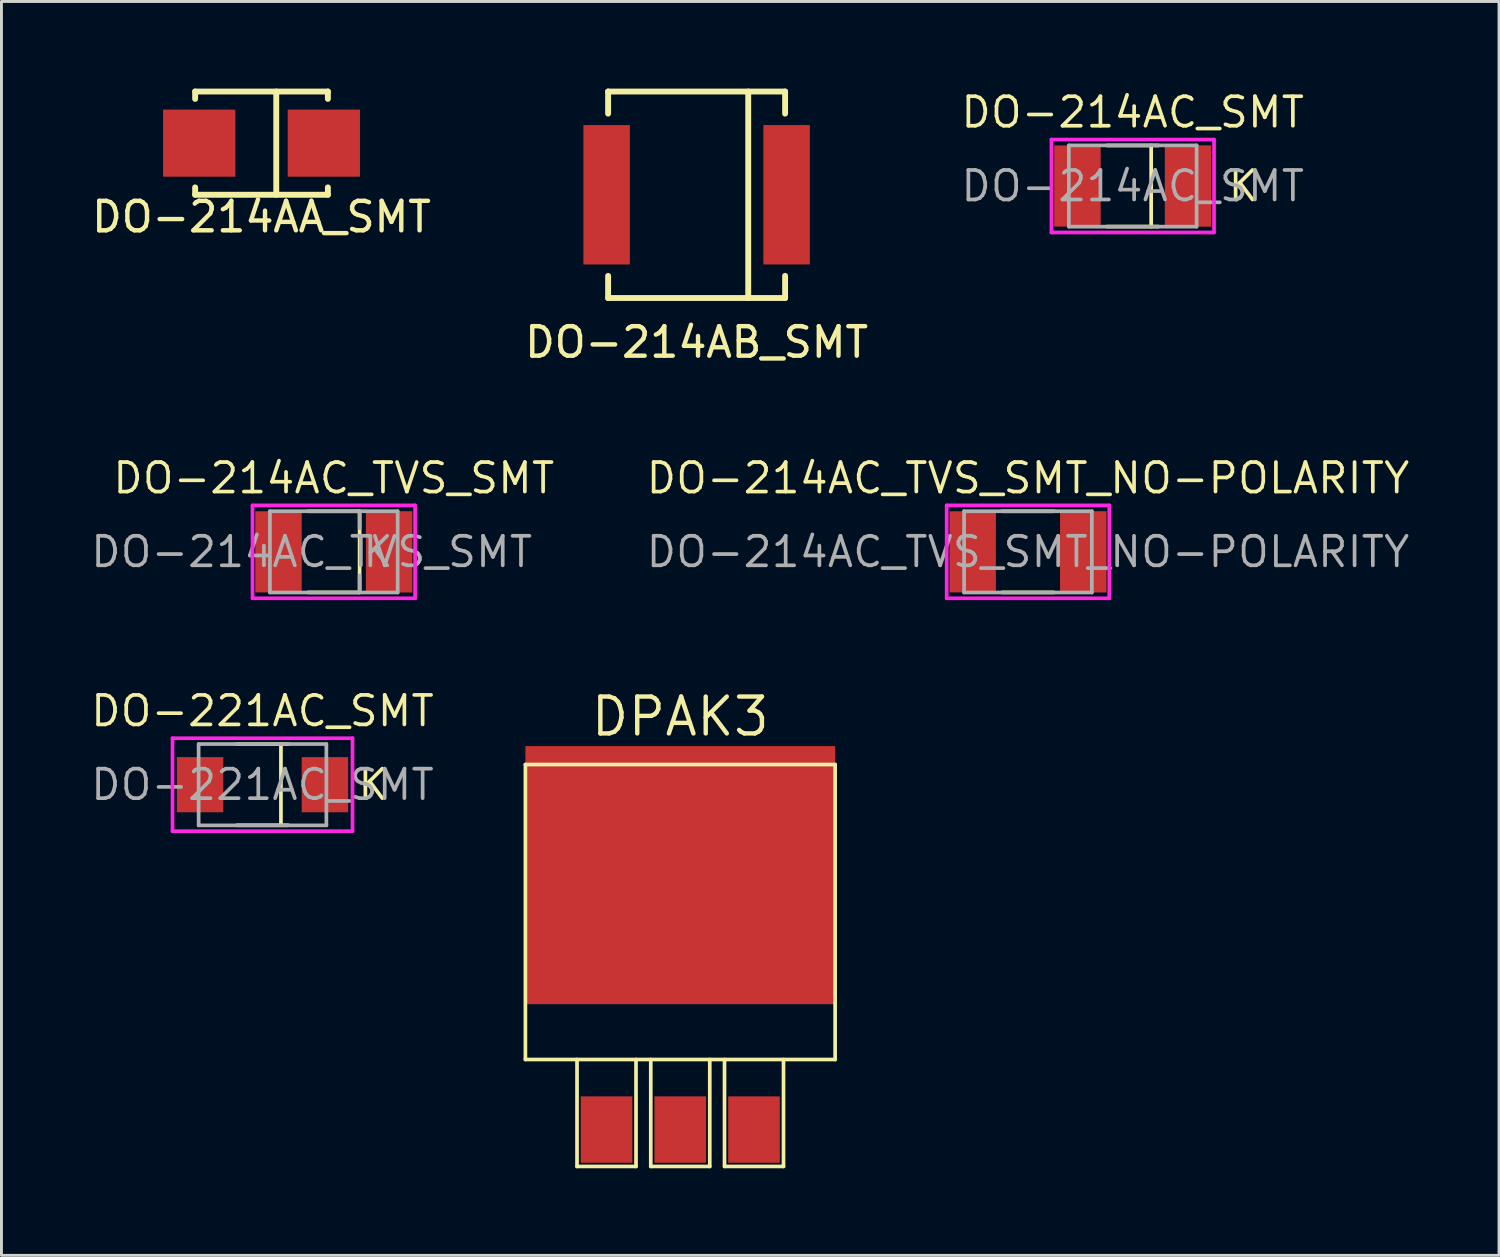
<source format=kicad_pcb>
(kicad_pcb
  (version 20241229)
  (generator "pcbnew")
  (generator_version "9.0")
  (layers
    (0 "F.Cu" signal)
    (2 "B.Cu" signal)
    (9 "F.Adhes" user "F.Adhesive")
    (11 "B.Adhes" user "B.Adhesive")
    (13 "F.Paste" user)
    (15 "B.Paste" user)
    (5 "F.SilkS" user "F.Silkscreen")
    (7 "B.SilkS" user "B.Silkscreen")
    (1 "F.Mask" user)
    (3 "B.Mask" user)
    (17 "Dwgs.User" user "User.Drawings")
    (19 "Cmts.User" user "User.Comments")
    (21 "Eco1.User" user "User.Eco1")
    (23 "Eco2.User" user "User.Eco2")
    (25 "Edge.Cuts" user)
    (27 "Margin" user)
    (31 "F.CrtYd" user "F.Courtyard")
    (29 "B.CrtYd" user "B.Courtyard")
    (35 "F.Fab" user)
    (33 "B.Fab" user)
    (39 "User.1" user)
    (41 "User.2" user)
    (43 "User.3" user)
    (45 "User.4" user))
  (footprint "DO-221AC_SMT"
    (layer "F.Cu")
    (at 5.991 23.977)
    (property "Reference" "DO-221AC_SMT" (at 0 -2.54 0) (layer "F.SilkS") (effects (font (size 1.016 1.016) (thickness 0.127))))
    (attr smd)
    (fp_line (start -0.889 -1.397) (end 0.889 -1.397) (stroke (width 0.127) (type solid)) (layer "F.SilkS"))
    (fp_line (start -0.889 1.397) (end 0.889 1.397) (stroke (width 0.127) (type solid)) (layer "F.SilkS"))
    (fp_line (start 0.635 -1.397) (end 0.635 1.397) (stroke (width 0.127) (type solid)) (layer "F.SilkS"))
    (fp_line (start -3.1 -1.6) (end 3.1 -1.6) (stroke (width 0.127) (type solid)) (layer "F.CrtYd"))
    (fp_line (start -3.1 1.6) (end -3.1 -1.6) (stroke (width 0.127) (type solid)) (layer "F.CrtYd"))
    (fp_line (start 3.1 -1.6) (end 3.1 1.6) (stroke (width 0.127) (type solid)) (layer "F.CrtYd"))
    (fp_line (start 3.1 1.6) (end -3.1 1.6) (stroke (width 0.127) (type solid)) (layer "F.CrtYd"))
    (fp_line (start -2.2 -1.4) (end 2.2 -1.4) (stroke (width 0.127) (type solid)) (layer "F.Fab"))
    (fp_line (start -2.2 1.4) (end -2.2 -1.4) (stroke (width 0.127) (type solid)) (layer "F.Fab"))
    (fp_line (start 2.2 -1.4) (end 2.2 1.4) (stroke (width 0.127) (type solid)) (layer "F.Fab"))
    (fp_line (start 2.2 1.4) (end -2.2 1.4) (stroke (width 0.127) (type solid)) (layer "F.Fab"))
    (fp_text user "K" (at 3.81 0 0) (layer "F.SilkS") (effects (font (size 1.016 1.016) (thickness 0.127))))
    (fp_text user "${REFERENCE}" (at 0 0 0) (layer "F.Fab") (effects (font (size 1.016 1.016) (thickness 0.127))))
    (pad "A" smd rect (at -2.15 0) (size 1.6 1.9) (layers "F.Cu" "F.Mask" "F.Paste"))
    (pad "K" smd rect (at 2.15 0) (size 1.6 1.9) (layers "F.Cu" "F.Mask" "F.Paste")))
  (footprint "DO-214AC_SMT"
    (layer "F.Cu")
    (at 35.964 3.357)
    (property "Reference" "DO-214AC_SMT" (at 0 -2.54 0) (layer "F.SilkS") (effects (font (size 1.016 1.016) (thickness 0.127))))
    (attr smd)
    (fp_line (start -0.889 -1.397) (end 0.889 -1.397) (stroke (width 0.127) (type solid)) (layer "F.SilkS"))
    (fp_line (start -0.889 1.397) (end 0.889 1.397) (stroke (width 0.127) (type solid)) (layer "F.SilkS"))
    (fp_line (start 0.635 -1.397) (end 0.635 1.397) (stroke (width 0.127) (type solid)) (layer "F.SilkS"))
    (fp_line (start -2.8 -1.6) (end 2.8 -1.6) (stroke (width 0.127) (type solid)) (layer "F.CrtYd"))
    (fp_line (start -2.8 1.6) (end -2.8 -1.6) (stroke (width 0.127) (type solid)) (layer "F.CrtYd"))
    (fp_line (start 2.8 -1.6) (end 2.8 1.6) (stroke (width 0.127) (type solid)) (layer "F.CrtYd"))
    (fp_line (start 2.8 1.6) (end -2.8 1.6) (stroke (width 0.127) (type solid)) (layer "F.CrtYd"))
    (fp_line (start -2.2 -1.4) (end 2.2 -1.4) (stroke (width 0.127) (type solid)) (layer "F.Fab"))
    (fp_line (start -2.2 1.4) (end -2.2 -1.4) (stroke (width 0.127) (type solid)) (layer "F.Fab"))
    (fp_line (start 2.2 -1.4) (end 2.2 1.4) (stroke (width 0.127) (type solid)) (layer "F.Fab"))
    (fp_line (start 2.2 1.4) (end -2.2 1.4) (stroke (width 0.127) (type solid)) (layer "F.Fab"))
    (fp_text user "K" (at 3.81 0 0) (layer "F.SilkS") (effects (font (size 1.016 1.016) (thickness 0.127))))
    (fp_text user "${REFERENCE}" (at 0 0 0) (layer "F.Fab") (effects (font (size 1.016 1.016) (thickness 0.127))))
    (pad "A" smd rect (at -1.905 0) (size 1.6 2.794) (layers "F.Cu" "F.Mask" "F.Paste"))
    (pad "K" smd rect (at 1.905 0) (size 1.6 2.799) (layers "F.Cu" "F.Mask" "F.Paste")))
  (footprint "DPAK3"
    (layer "F.Cu")
    (at 20.38 35.855)
    (property "Reference" "DPAK3" (at 0 -14.224 0) (layer "F.SilkS") (effects (font (size 1.27 1.27) (thickness 0.152))))
    (attr through_hole)
    (fp_line (start -5.334 -12.573) (end -5.334 -2.413) (stroke (width 0.127) (type solid)) (layer "F.SilkS"))
    (fp_line (start -5.334 -2.413) (end 5.334 -2.413) (stroke (width 0.127) (type solid)) (layer "F.SilkS"))
    (fp_line (start -3.556 -2.413) (end -3.556 1.27) (stroke (width 0.127) (type solid)) (layer "F.SilkS"))
    (fp_line (start -3.556 1.27) (end -1.524 1.27) (stroke (width 0.127) (type solid)) (layer "F.SilkS"))
    (fp_line (start -1.524 1.27) (end -1.524 -2.413) (stroke (width 0.127) (type solid)) (layer "F.SilkS"))
    (fp_line (start -1.016 -2.413) (end -1.016 1.27) (stroke (width 0.127) (type solid)) (layer "F.SilkS"))
    (fp_line (start -1.016 1.27) (end 1.016 1.27) (stroke (width 0.127) (type solid)) (layer "F.SilkS"))
    (fp_line (start 1.016 1.27) (end 1.016 -2.413) (stroke (width 0.127) (type solid)) (layer "F.SilkS"))
    (fp_line (start 1.524 -2.413) (end 1.524 1.27) (stroke (width 0.127) (type solid)) (layer "F.SilkS"))
    (fp_line (start 1.524 1.27) (end 3.556 1.27) (stroke (width 0.127) (type solid)) (layer "F.SilkS"))
    (fp_line (start 3.556 1.27) (end 3.556 -2.413) (stroke (width 0.127) (type solid)) (layer "F.SilkS"))
    (fp_line (start 5.334 -12.573) (end -5.334 -12.573) (stroke (width 0.127) (type solid)) (layer "F.SilkS"))
    (fp_line (start 5.334 -2.413) (end 5.334 -12.573) (stroke (width 0.127) (type solid)) (layer "F.SilkS"))
    (pad "1" smd rect (at -2.54 0) (size 1.778 2.286) (layers "F.Cu" "F.Mask" "F.Paste"))
    (pad "2" smd rect (at 0 -8.763) (size 10.668 8.89) (layers "F.Cu" "F.Mask" "F.Paste"))
    (pad "2" smd rect (at 0 0) (size 1.778 2.286) (layers "F.Cu" "F.Mask" "F.Paste"))
    (pad "3" smd rect (at 2.54 0) (size 1.778 2.286) (layers "F.Cu" "F.Mask" "F.Paste")))
  (footprint "DO-214AC_TVS_SMT"
    (layer "F.Cu")
    (at 8.447 15.957)
    (property "Reference" "DO-214AC_TVS_SMT" (at 0 -2.54 0) (layer "F.SilkS") (effects (font (size 1.016 1.016) (thickness 0.127))))
    (attr smd)
    (fp_line (start -0.889 -1.397) (end 0.889 -1.397) (stroke (width 0.127) (type solid)) (layer "F.SilkS"))
    (fp_line (start -0.889 1.397) (end 0.889 1.397) (stroke (width 0.127) (type solid)) (layer "F.SilkS"))
    (fp_line (start 0.889 -1.397) (end 0.889 1.397) (stroke (width 0.127) (type solid)) (layer "F.SilkS"))
    (fp_line (start -2.8 -1.6) (end 2.8 -1.6) (stroke (width 0.127) (type solid)) (layer "F.CrtYd"))
    (fp_line (start -2.8 1.6) (end -2.8 -1.6) (stroke (width 0.127) (type solid)) (layer "F.CrtYd"))
    (fp_line (start 2.8 -1.6) (end 2.8 1.6) (stroke (width 0.127) (type solid)) (layer "F.CrtYd"))
    (fp_line (start 2.8 1.6) (end -2.8 1.6) (stroke (width 0.127) (type solid)) (layer "F.CrtYd"))
    (fp_line (start -2.2 -1.4) (end 2.2 -1.4) (stroke (width 0.127) (type solid)) (layer "F.Fab"))
    (fp_line (start -2.2 1.4) (end -2.2 -1.4) (stroke (width 0.127) (type solid)) (layer "F.Fab"))
    (fp_line (start 0.889 -1.397) (end 0.889 -0.813) (stroke (width 0.127) (type solid)) (layer "F.Fab"))
    (fp_line (start 0.889 0.813) (end 0.889 1.397) (stroke (width 0.127) (type solid)) (layer "F.Fab"))
    (fp_line (start 2.2 -1.4) (end 2.2 1.4) (stroke (width 0.127) (type solid)) (layer "F.Fab"))
    (fp_line (start 2.2 1.4) (end -2.2 1.4) (stroke (width 0.127) (type solid)) (layer "F.Fab"))
    (fp_text user "${REFERENCE}" (at -0.762 0 0) (layer "F.Fab") (effects (font (size 1.016 1.016) (thickness 0.127))))
    (fp_text user "K" (at 1.524 0 0) (layer "F.Fab") (effects (font (size 1.016 1.016) (thickness 0.127))))
    (pad "1" smd rect (at -1.905 0) (size 1.6 2.794) (layers "F.Cu" "F.Mask" "F.Paste"))
    (pad "2" smd rect (at 1.905 0) (size 1.6 2.799) (layers "F.Cu" "F.Mask" "F.Paste")))
  (footprint "DO-214AA_SMT"
    (layer "F.Cu")
    (at 5.957 1.88)
    (property "Reference" "DO-214AA_SMT" (at 0 2.54 0) (layer "F.SilkS") (effects (font (size 1.016 1.016) (thickness 0.152))))
    (attr smd)
    (fp_line (start -2.286 -1.778) (end -2.286 -1.524) (stroke (width 0.203) (type solid)) (layer "F.SilkS"))
    (fp_line (start -2.286 -1.778) (end 2.286 -1.778) (stroke (width 0.203) (type solid)) (layer "F.SilkS"))
    (fp_line (start -2.286 1.524) (end -2.286 1.778) (stroke (width 0.203) (type solid)) (layer "F.SilkS"))
    (fp_line (start -2.286 1.778) (end 2.286 1.778) (stroke (width 0.203) (type solid)) (layer "F.SilkS"))
    (fp_line (start 0.508 -1.778) (end 0.508 1.778) (stroke (width 0.203) (type solid)) (layer "F.SilkS"))
    (fp_line (start 2.286 -1.778) (end 2.286 -1.524) (stroke (width 0.203) (type solid)) (layer "F.SilkS"))
    (fp_line (start 2.286 1.778) (end 2.286 1.524) (stroke (width 0.203) (type solid)) (layer "F.SilkS"))
    (pad "A" smd rect (at -2.146 0) (size 2.489 2.311) (layers "F.Cu" "F.Mask" "F.Paste"))
    (pad "K" smd rect (at 2.146 0) (size 2.489 2.311) (layers "F.Cu" "F.Mask" "F.Paste")))
  (footprint "DO-214AB_SMT"
    (layer "F.Cu")
    (at 20.943 3.658)
    (property "Reference" "DO-214AB_SMT" (at 0 5.08 0) (layer "F.SilkS") (effects (font (size 1.016 1.016) (thickness 0.152))))
    (attr smd)
    (fp_line (start -3.048 -3.556) (end -3.048 -2.794) (stroke (width 0.203) (type solid)) (layer "F.SilkS"))
    (fp_line (start -3.048 -3.556) (end 3.048 -3.556) (stroke (width 0.203) (type solid)) (layer "F.SilkS"))
    (fp_line (start -3.048 3.556) (end -3.048 2.794) (stroke (width 0.203) (type solid)) (layer "F.SilkS"))
    (fp_line (start -3.048 3.556) (end 3.048 3.556) (stroke (width 0.203) (type solid)) (layer "F.SilkS"))
    (fp_line (start 1.778 3.556) (end 1.778 -3.556) (stroke (width 0.203) (type solid)) (layer "F.SilkS"))
    (fp_line (start 3.048 -3.556) (end 3.048 -2.794) (stroke (width 0.203) (type solid)) (layer "F.SilkS"))
    (fp_line (start 3.048 3.556) (end 3.048 2.794) (stroke (width 0.203) (type solid)) (layer "F.SilkS"))
    (pad "A" smd rect (at -3.099 0) (size 1.6 4.801) (layers "F.Cu" "F.Mask" "F.Paste"))
    (pad "K" smd rect (at 3.099 0) (size 1.6 4.801) (layers "F.Cu" "F.Mask" "F.Paste")))
  (footprint "DO-214AC_TVS_SMT_NO-POLARITY"
    (layer "F.Cu")
    (at 32.356 15.957)
    (property "Reference" "DO-214AC_TVS_SMT_NO-POLARITY" (at 0 -2.54 0) (layer "F.SilkS") (effects (font (size 1.016 1.016) (thickness 0.127))))
    (attr smd)
    (fp_line (start -0.889 -1.397) (end 0.889 -1.397) (stroke (width 0.127) (type solid)) (layer "F.SilkS"))
    (fp_line (start -0.889 1.397) (end 0.889 1.397) (stroke (width 0.127) (type solid)) (layer "F.SilkS"))
    (fp_line (start -2.8 -1.6) (end 2.8 -1.6) (stroke (width 0.127) (type solid)) (layer "F.CrtYd"))
    (fp_line (start -2.8 1.6) (end -2.8 -1.6) (stroke (width 0.127) (type solid)) (layer "F.CrtYd"))
    (fp_line (start 2.8 -1.6) (end 2.8 1.6) (stroke (width 0.127) (type solid)) (layer "F.CrtYd"))
    (fp_line (start 2.8 1.6) (end -2.8 1.6) (stroke (width 0.127) (type solid)) (layer "F.CrtYd"))
    (fp_line (start -2.2 -1.4) (end 2.2 -1.4) (stroke (width 0.127) (type solid)) (layer "F.Fab"))
    (fp_line (start -2.2 1.4) (end -2.2 -1.4) (stroke (width 0.127) (type solid)) (layer "F.Fab"))
    (fp_line (start 2.2 -1.4) (end 2.2 1.4) (stroke (width 0.127) (type solid)) (layer "F.Fab"))
    (fp_line (start 2.2 1.4) (end -2.2 1.4) (stroke (width 0.127) (type solid)) (layer "F.Fab"))
    (fp_text user "${REFERENCE}" (at 0 0 0) (layer "F.Fab") (effects (font (size 1.016 1.016) (thickness 0.127))))
    (pad "1" smd rect (at -1.905 0) (size 1.6 2.794) (layers "F.Cu" "F.Mask" "F.Paste"))
    (pad "2" smd rect (at 1.905 0) (size 1.6 2.799) (layers "F.Cu" "F.Mask" "F.Paste")))
  (gr_rect
    (start -3 -3)
    (end 48.58 40.188)
    (stroke (width 0.1) (type default))
    (fill no)
    (layer "Edge.Cuts")))
</source>
